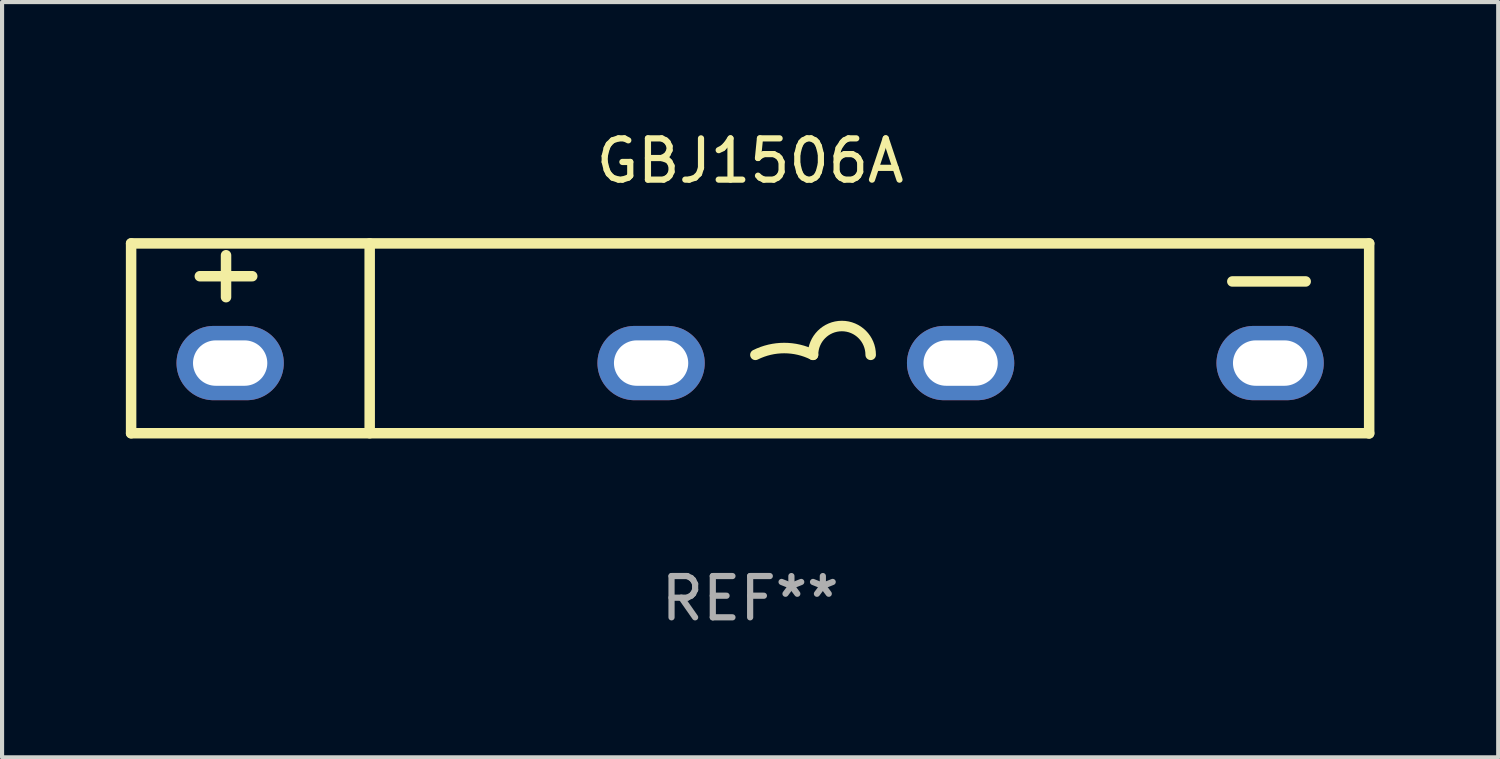
<source format=kicad_pcb>
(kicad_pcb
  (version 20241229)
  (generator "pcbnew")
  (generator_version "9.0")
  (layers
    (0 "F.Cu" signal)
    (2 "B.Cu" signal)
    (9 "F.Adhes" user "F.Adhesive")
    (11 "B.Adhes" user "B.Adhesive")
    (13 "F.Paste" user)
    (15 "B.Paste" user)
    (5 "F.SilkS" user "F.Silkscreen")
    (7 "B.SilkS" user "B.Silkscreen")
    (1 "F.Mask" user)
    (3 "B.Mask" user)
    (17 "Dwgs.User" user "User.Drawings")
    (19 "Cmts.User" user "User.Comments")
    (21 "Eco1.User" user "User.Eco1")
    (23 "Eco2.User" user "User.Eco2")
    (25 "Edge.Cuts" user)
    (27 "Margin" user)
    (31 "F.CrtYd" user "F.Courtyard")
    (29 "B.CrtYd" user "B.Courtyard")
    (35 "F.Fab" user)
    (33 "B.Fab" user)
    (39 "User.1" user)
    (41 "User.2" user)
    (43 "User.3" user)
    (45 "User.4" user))
  (footprint "GBJ1506A"
    (layer "F.Cu")
    (at 15.127 5.151)
    (property "Reference" "GBJ1506A" (at 0 -4.303 0) (layer "F.SilkS") (effects (font (size 1 1) (thickness 0.15))))
    (attr through_hole)
    (fp_line (start -15 -2.303) (end -15 2.297) (stroke (width 0.254) (type solid)) (layer "F.SilkS"))
    (fp_line (start -15 -2.303) (end 15 -2.303) (stroke (width 0.254) (type solid)) (layer "F.SilkS"))
    (fp_line (start -15 2.297) (end 15 2.297) (stroke (width 0.254) (type solid)) (layer "F.SilkS"))
    (fp_line (start -13.335 -1.508) (end -12.065 -1.508) (stroke (width 0.254) (type solid)) (layer "F.SilkS"))
    (fp_line (start -12.7 -1) (end -12.7 -2.016) (stroke (width 0.254) (type solid)) (layer "F.SilkS"))
    (fp_line (start -9.219 -2.303) (end -9.219 2.297) (stroke (width 0.254) (type solid)) (layer "F.SilkS"))
    (fp_line (start 11.684 -1.381) (end 13.462 -1.381) (stroke (width 0.254) (type solid)) (layer "F.SilkS"))
    (fp_line (start 15 -2.303) (end 15 2.303) (stroke (width 0.254) (type solid)) (layer "F.SilkS"))
    (fp_arc (start 0.127 0.397498) (mid 0.825502 0.232604) (end 1.524003 0.397498) (stroke (width 0.254001) (type solid)) (layer "F.SilkS"))
    (fp_arc (start 1.524002 0.397498) (mid 2.222504 -0.301004) (end 2.921006 0.397498) (stroke (width 0.254001) (type solid)) (layer "F.SilkS"))
    (fp_circle (center -15 -2.27) (end -14.97 -2.27) (stroke (width 0.06) (type solid)) (fill no) (layer "F.SilkS"))
    (fp_text user "REF**" (at 0 6.303 0) (layer "F.Fab") (effects (font (size 1 1) (thickness 0.15))))
    (pad "1" thru_hole oval (at -12.6 0.597 90) (size 1.8 2.6) (drill oval 1.1 1.8) (layers "*.Cu" "*.Mask"))
    (pad "2" thru_hole oval (at -2.4 0.597 90) (size 1.8 2.6) (drill oval 1.1 1.8) (layers "*.Cu" "*.Mask"))
    (pad "3" thru_hole oval (at 5.1 0.597 90) (size 1.8 2.6) (drill oval 1.1 1.8) (layers "*.Cu" "*.Mask"))
    (pad "4" thru_hole oval (at 12.6 0.597 90) (size 1.8 2.6) (drill oval 1.1 1.8) (layers "*.Cu" "*.Mask")))
  (gr_rect
    (start -3 -3)
    (end 33.254 15.302)
    (stroke (width 0.1) (type default))
    (fill no)
    (layer "Edge.Cuts")))
</source>
